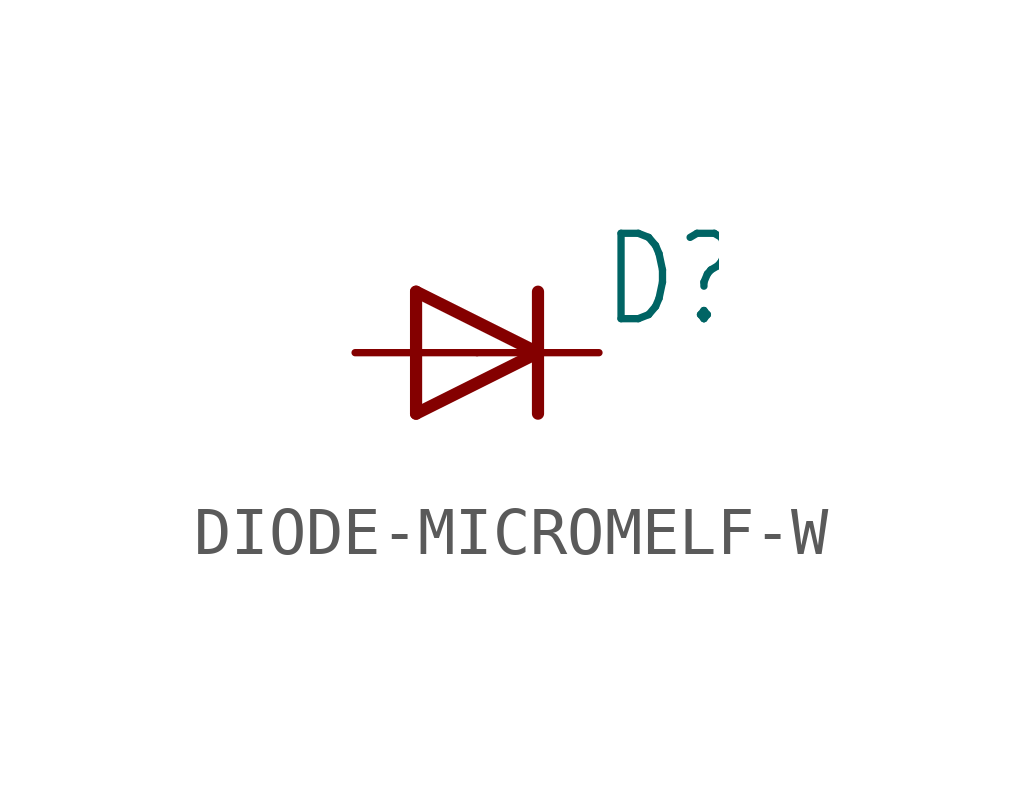
<source format=kicad_sym>
(kicad_symbol_lib
  (version 20241209)
  (generator "kicad_symbol_editor")
  (generator_version "9.0")
  (symbol "DIODE-MICROMELF-W"
    (property "Reference" "D"
      (at 2.54 0.483 0)
      (effects (font (size 1.778 1.511)) (justify left bottom)))
    (property "Value" ""
      (at 2.54 -2.311 0)
      (effects (font (size 1.778 1.511)) (justify left bottom)))
    (property "ki_locked" ""
      (at 0 0 0)
      (effects (font (size 1.27 1.27))))
    (symbol "DIODE-MICROMELF-W_1_0"
      (polyline (pts (xy -1.27 1.27) (xy -1.27 -1.27)) (stroke (width 0.254) (type solid)) (fill (type none)))
      (polyline (pts (xy -1.27 -1.27) (xy 1.27 0)) (stroke (width 0.254) (type solid)) (fill (type none)))
      (polyline (pts (xy 1.27 1.27) (xy 1.27 0)) (stroke (width 0.254) (type solid)) (fill (type none)))
      (polyline (pts (xy 1.27 0) (xy -1.27 1.27)) (stroke (width 0.254) (type solid)) (fill (type none)))
      (polyline (pts (xy 1.27 0) (xy 1.27 -1.27)) (stroke (width 0.254) (type solid)) (fill (type none)))
      (pin passive line (at -2.54 0 0) (length 2.54) (name "A" (effects (font (size 0 0)))) (number "A" (effects (font (size 0 0)))))
      (pin passive line (at 2.54 0 180) (length 2.54) (name "C" (effects (font (size 0 0)))) (number "C" (effects (font (size 0 0))))))))
</source>
